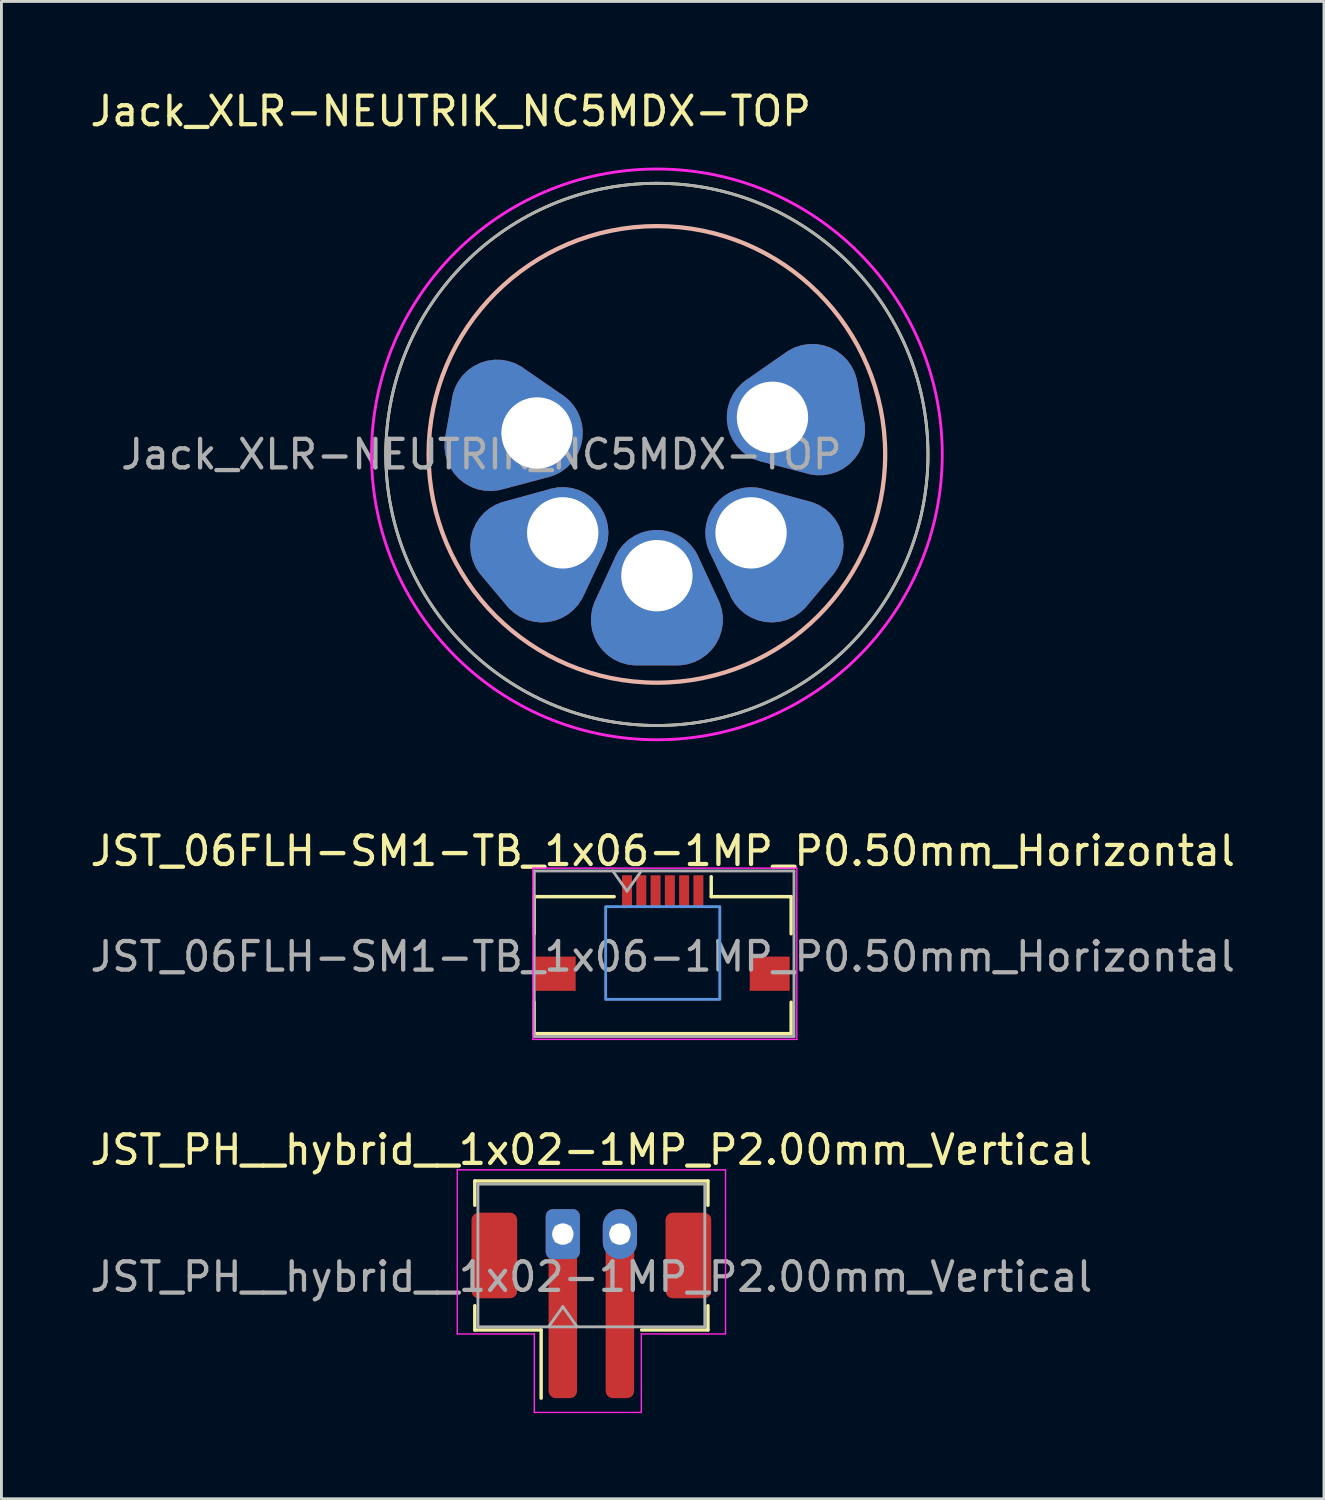
<source format=kicad_pcb>
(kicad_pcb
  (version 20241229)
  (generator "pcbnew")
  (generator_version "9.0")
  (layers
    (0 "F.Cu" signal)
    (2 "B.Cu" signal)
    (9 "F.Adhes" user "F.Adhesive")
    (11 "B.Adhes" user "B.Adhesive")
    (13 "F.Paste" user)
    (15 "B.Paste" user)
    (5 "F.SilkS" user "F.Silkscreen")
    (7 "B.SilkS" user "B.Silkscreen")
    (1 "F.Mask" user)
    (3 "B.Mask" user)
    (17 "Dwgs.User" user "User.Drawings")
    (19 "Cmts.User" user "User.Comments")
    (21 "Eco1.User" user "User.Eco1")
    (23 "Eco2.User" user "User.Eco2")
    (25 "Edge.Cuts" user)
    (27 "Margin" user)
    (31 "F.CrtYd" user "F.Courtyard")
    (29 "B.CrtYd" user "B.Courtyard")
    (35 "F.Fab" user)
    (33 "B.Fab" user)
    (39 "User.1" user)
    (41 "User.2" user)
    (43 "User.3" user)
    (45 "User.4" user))
  (footprint "JST_06FLH-SM1-TB_1x06-1MP_P0.50mm_Horizontal"
    (layer "F.Cu")
    (at 20.173 30.471)
    (property "Reference" "JST_06FLH-SM1-TB_1x06-1MP_P0.50mm_Horizontal" (at 0 -3.7 0) (layer "F.SilkS") (effects (font (size 1 1) (thickness 0.15))))
    (attr smd)
    (fp_line (start -4.5 -2.1) (end -1.7 -2.1) (stroke (width 0.12) (type solid)) (layer "F.SilkS"))
    (fp_line (start -4.5 -0.8) (end -4.5 -2.1) (stroke (width 0.12) (type solid)) (layer "F.SilkS"))
    (fp_line (start -4.5 1.6) (end -4.5 2.7) (stroke (width 0.12) (type solid)) (layer "F.SilkS"))
    (fp_line (start -4.5 2.7) (end 4.5 2.7) (stroke (width 0.12) (type solid)) (layer "F.SilkS"))
    (fp_line (start 1.7 -2.8) (end 1.7 -2.1) (stroke (width 0.12) (type solid)) (layer "F.SilkS"))
    (fp_line (start 1.7 -2.1) (end 4.5 -2.1) (stroke (width 0.12) (type solid)) (layer "F.SilkS"))
    (fp_line (start 4.5 -0.8) (end 4.5 -2.1) (stroke (width 0.12) (type solid)) (layer "F.SilkS"))
    (fp_line (start 4.5 2.7) (end 4.5 1.6) (stroke (width 0.12) (type solid)) (layer "F.SilkS"))
    (fp_poly (pts (xy 2 1.5) (xy -2 1.5) (xy -2 -1.75) (xy 2 -1.75)) (stroke (width 0.1) (type solid)) (fill no) (layer "Cmts.User"))
    (fp_line (start -4.55 2.9) (end -4.55 -3.1) (stroke (width 0.05) (type solid)) (layer "F.CrtYd"))
    (fp_line (start 4.7 -3.1) (end -4.55 -3.1) (stroke (width 0.05) (type solid)) (layer "F.CrtYd"))
    (fp_line (start 4.7 2.9) (end -4.55 2.9) (stroke (width 0.05) (type solid)) (layer "F.CrtYd"))
    (fp_line (start 4.7 2.9) (end 4.7 -3.1) (stroke (width 0.05) (type solid)) (layer "F.CrtYd"))
    (fp_line (start -4.5 -3) (end -4.5 2.8) (stroke (width 0.1) (type solid)) (layer "F.Fab"))
    (fp_line (start -4.5 2.8) (end 4.6 2.8) (stroke (width 0.1) (type solid)) (layer "F.Fab"))
    (fp_line (start -1.75 -3) (end -1.25 -2.293) (stroke (width 0.1) (type solid)) (layer "F.Fab"))
    (fp_line (start -1.25 -2.293) (end -0.75 -3) (stroke (width 0.1) (type solid)) (layer "F.Fab"))
    (fp_line (start 4.6 -3) (end -4.5 -3) (stroke (width 0.1) (type solid)) (layer "F.Fab"))
    (fp_line (start 4.6 -3) (end 4.6 2.8) (stroke (width 0.1) (type solid)) (layer "F.Fab"))
    (fp_text user "${REFERENCE}" (at 0 0 0) (layer "F.Fab") (effects (font (size 1 1) (thickness 0.15))))
    (pad "1" smd rect (at -1.25 -2.3) (size 0.35 1.1) (layers "F.Cu" "F.Mask" "F.Paste"))
    (pad "2" smd rect (at -0.75 -2.3) (size 0.35 1.1) (layers "F.Cu" "F.Mask" "F.Paste"))
    (pad "3" smd rect (at -0.25 -2.3) (size 0.35 1.1) (layers "F.Cu" "F.Mask" "F.Paste"))
    (pad "4" smd rect (at 0.25 -2.3) (size 0.35 1.1) (layers "F.Cu" "F.Mask" "F.Paste"))
    (pad "5" smd rect (at 0.75 -2.3) (size 0.35 1.1) (layers "F.Cu" "F.Mask" "F.Paste"))
    (pad "6" smd rect (at 1.25 -2.3) (size 0.35 1.1) (layers "F.Cu" "F.Mask" "F.Paste"))
    (pad "MP" smd rect (at -3.75 0.6) (size 1.4 1.2) (layers "F.Cu" "F.Mask" "F.Paste"))
    (pad "MP" smd rect (at 3.75 0.6 180) (size 1.4 1.2) (layers "F.Cu" "F.Mask" "F.Paste")))
  (footprint "Jack_XLR-NEUTRIK_NC5MDX-TOP"
    (layer "F.Cu")
    (at 19.969 12.873)
    (property "Reference" "Jack_XLR-NEUTRIK_NC5MDX-TOP" (at -7.225 -12.025 0) (layer "F.SilkS") (effects (font (size 1 1) (thickness 0.15))))
    (attr through_hole)
    (fp_circle (center 0 0) (end 9.5 0) (stroke (width 0.1) (type solid)) (fill no) (layer "F.SilkS"))
    (fp_circle (center 0 0) (end 8 0) (stroke (width 0.15) (type solid)) (fill no) (layer "B.SilkS"))
    (fp_circle (center 0 0) (end 10 0) (stroke (width 0.1) (type solid)) (fill no) (layer "F.CrtYd"))
    (fp_circle (center 0 0) (end 9.5 0) (stroke (width 0.1) (type solid)) (fill no) (layer "F.Fab"))
    (fp_text user "${REFERENCE}" (at -6.15 0 0) (layer "F.Fab") (effects (font (size 1 1) (thickness 0.15))))
    (pad "1" thru_hole custom (at -4.2 -0.75 260) (size 3.2 3.2) (drill 2.5) (layers "*.Cu" "*.Mask") (options (anchor circle)) (primitives (gr_line (start -0.713 1.544) (end 0.713 1.544) (width 3.2)) (gr_line (start 0 0) (end -0.709 1.546) (width 3.2)) (gr_line (start -0.004 -0.002) (end 0.713 1.544) (width 3.2))))
    (pad "2" thru_hole custom (at -3.3 2.75 310) (size 3.2 3.2) (drill 2.5) (layers "*.Cu" "*.Mask") (options (anchor circle)) (primitives (gr_line (start -0.713 1.544) (end 0.713 1.544) (width 3.2)) (gr_line (start 0 0) (end -0.709 1.546) (width 3.2)) (gr_line (start -0.004 -0.002) (end 0.713 1.544) (width 3.2))))
    (pad "3" thru_hole custom (at 0 4.25) (size 3.2 3.2) (drill 2.5) (layers "*.Cu" "*.Mask") (options (anchor circle)) (primitives (gr_line (start -0.713 1.544) (end 0.713 1.544) (width 3.2)) (gr_line (start 0 0) (end -0.709 1.546) (width 3.2)) (gr_line (start -0.004 -0.002) (end 0.713 1.544) (width 3.2))))
    (pad "4" thru_hole custom (at 3.3 2.75 50) (size 3.2 3.2) (drill 2.5) (layers "*.Cu" "*.Mask") (options (anchor circle)) (primitives (gr_line (start -0.713 1.544) (end 0.713 1.544) (width 3.2)) (gr_line (start 0 0) (end -0.709 1.546) (width 3.2)) (gr_line (start -0.004 -0.002) (end 0.713 1.544) (width 3.2))))
    (pad "5" thru_hole custom (at 4.05 -1.3 100) (size 3.2 3.2) (drill 2.5) (layers "*.Cu" "*.Mask") (options (anchor circle)) (primitives (gr_line (start -0.713 1.544) (end 0.713 1.544) (width 3.2)) (gr_line (start 0 0) (end -0.709 1.546) (width 3.2)) (gr_line (start -0.004 -0.002) (end 0.713 1.544) (width 3.2)))))
  (footprint "JST_PH__hybrid__1x02-1MP_P2.00mm_Vertical"
    (layer "F.Cu")
    (at 17.673 42.695)
    (property "Reference" "JST_PH__hybrid__1x02-1MP_P2.00mm_Vertical" (at 0 -5.45 0) (layer "F.SilkS") (effects (font (size 1 1) (thickness 0.15))))
    (attr smd)
    (fp_line (start -4.085 -4.36) (end 4.085 -4.36) (stroke (width 0.12) (type solid)) (layer "F.SilkS"))
    (fp_line (start -4.085 -3.51) (end -4.085 -4.36) (stroke (width 0.12) (type solid)) (layer "F.SilkS"))
    (fp_line (start -4.085 0.01) (end -4.085 0.86) (stroke (width 0.12) (type solid)) (layer "F.SilkS"))
    (fp_line (start -4.085 0.86) (end -1.76 0.86) (stroke (width 0.12) (type solid)) (layer "F.SilkS"))
    (fp_line (start -1.76 0.86) (end -1.76 3.25) (stroke (width 0.12) (type solid)) (layer "F.SilkS"))
    (fp_line (start 4.085 -4.36) (end 4.085 -3.51) (stroke (width 0.12) (type solid)) (layer "F.SilkS"))
    (fp_line (start 4.085 0.01) (end 4.085 0.86) (stroke (width 0.12) (type solid)) (layer "F.SilkS"))
    (fp_line (start 4.085 0.86) (end 1.76 0.86) (stroke (width 0.12) (type solid)) (layer "F.SilkS"))
    (fp_line (start -4.7 -4.75) (end -4.7 1) (stroke (width 0.05) (type solid)) (layer "F.CrtYd"))
    (fp_line (start -4.7 1) (end -2 1) (stroke (width 0.05) (type solid)) (layer "F.CrtYd"))
    (fp_line (start -2 1) (end -2 3.75) (stroke (width 0.05) (type solid)) (layer "F.CrtYd"))
    (fp_line (start -2 3.75) (end 1.75 3.75) (stroke (width 0.05) (type solid)) (layer "F.CrtYd"))
    (fp_line (start 1.75 1) (end 4.7 1) (stroke (width 0.05) (type solid)) (layer "F.CrtYd"))
    (fp_line (start 1.75 3.75) (end 1.75 1) (stroke (width 0.05) (type solid)) (layer "F.CrtYd"))
    (fp_line (start 4.7 -4.75) (end -4.7 -4.75) (stroke (width 0.05) (type solid)) (layer "F.CrtYd"))
    (fp_line (start 4.7 1) (end 4.7 -4.75) (stroke (width 0.05) (type solid)) (layer "F.CrtYd"))
    (fp_line (start -3.975 -4.25) (end 3.975 -4.25) (stroke (width 0.1) (type solid)) (layer "F.Fab"))
    (fp_line (start -3.975 0.75) (end -3.975 -4.25) (stroke (width 0.1) (type solid)) (layer "F.Fab"))
    (fp_line (start -3.975 0.75) (end 3.975 0.75) (stroke (width 0.1) (type solid)) (layer "F.Fab"))
    (fp_line (start -1.5 0.75) (end -1 0.043) (stroke (width 0.1) (type solid)) (layer "F.Fab"))
    (fp_line (start -1.25 -2.75) (end -1.25 -2.25) (stroke (width 0.1) (type solid)) (layer "F.Fab"))
    (fp_line (start -1.25 -2.25) (end -0.75 -2.25) (stroke (width 0.1) (type solid)) (layer "F.Fab"))
    (fp_line (start -1 0.043) (end -0.5 0.75) (stroke (width 0.1) (type solid)) (layer "F.Fab"))
    (fp_line (start -0.75 -2.75) (end -1.25 -2.75) (stroke (width 0.1) (type solid)) (layer "F.Fab"))
    (fp_line (start -0.75 -2.25) (end -0.75 -2.75) (stroke (width 0.1) (type solid)) (layer "F.Fab"))
    (fp_line (start 0.75 -2.75) (end 0.75 -2.25) (stroke (width 0.1) (type solid)) (layer "F.Fab"))
    (fp_line (start 0.75 -2.25) (end 1.25 -2.25) (stroke (width 0.1) (type solid)) (layer "F.Fab"))
    (fp_line (start 1.25 -2.75) (end 0.75 -2.75) (stroke (width 0.1) (type solid)) (layer "F.Fab"))
    (fp_line (start 1.25 -2.25) (end 1.25 -2.75) (stroke (width 0.1) (type solid)) (layer "F.Fab"))
    (fp_line (start 3.975 0.75) (end 3.975 -4.25) (stroke (width 0.1) (type solid)) (layer "F.Fab"))
    (fp_text user "${REFERENCE}" (at 0 -1 0) (layer "F.Fab") (effects (font (size 1 1) (thickness 0.15))))
    (pad "1" thru_hole roundrect (at -1 -2.5) (size 1.2 1.75) (drill 0.75) (layers "*.Cu" "*.Mask") (roundrect_rratio 0.208))
    (pad "1" smd roundrect (at -1 0.5) (size 1 5.5) (layers "F.Cu" "F.Mask" "F.Paste") (roundrect_rratio 0.25))
    (pad "2" thru_hole oval (at 1 -2.5) (size 1.2 1.75) (drill 0.75) (layers "*.Cu" "*.Mask"))
    (pad "2" smd roundrect (at 1 0.5) (size 1 5.5) (layers "F.Cu" "F.Mask" "F.Paste") (roundrect_rratio 0.25))
    (pad "MP" smd roundrect (at -3.4 -1.75) (size 1.6 3) (layers "F.Cu" "F.Mask" "F.Paste") (roundrect_rratio 0.156))
    (pad "MP" smd roundrect (at 3.4 -1.75) (size 1.6 3) (layers "F.Cu" "F.Mask" "F.Paste") (roundrect_rratio 0.156)))
  (gr_rect
    (start -3 -3)
    (end 43.345 49.47)
    (stroke (width 0.1) (type default))
    (fill no)
    (layer "Edge.Cuts")))
</source>
